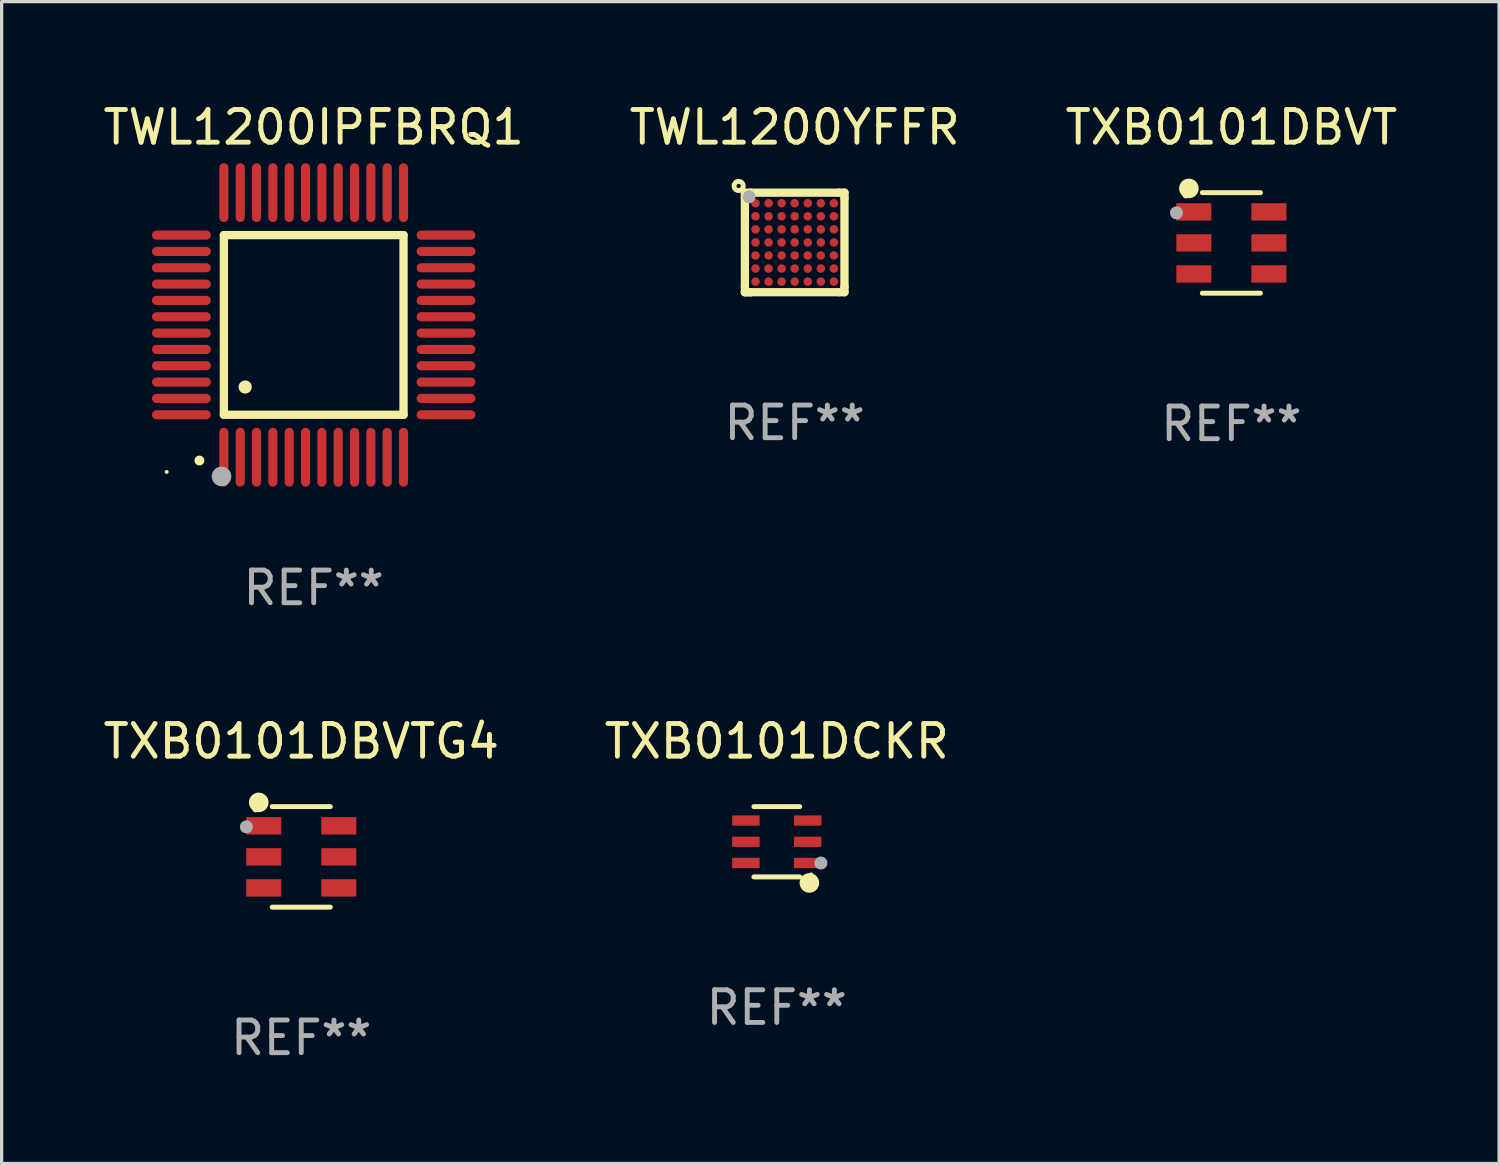
<source format=kicad_pcb>
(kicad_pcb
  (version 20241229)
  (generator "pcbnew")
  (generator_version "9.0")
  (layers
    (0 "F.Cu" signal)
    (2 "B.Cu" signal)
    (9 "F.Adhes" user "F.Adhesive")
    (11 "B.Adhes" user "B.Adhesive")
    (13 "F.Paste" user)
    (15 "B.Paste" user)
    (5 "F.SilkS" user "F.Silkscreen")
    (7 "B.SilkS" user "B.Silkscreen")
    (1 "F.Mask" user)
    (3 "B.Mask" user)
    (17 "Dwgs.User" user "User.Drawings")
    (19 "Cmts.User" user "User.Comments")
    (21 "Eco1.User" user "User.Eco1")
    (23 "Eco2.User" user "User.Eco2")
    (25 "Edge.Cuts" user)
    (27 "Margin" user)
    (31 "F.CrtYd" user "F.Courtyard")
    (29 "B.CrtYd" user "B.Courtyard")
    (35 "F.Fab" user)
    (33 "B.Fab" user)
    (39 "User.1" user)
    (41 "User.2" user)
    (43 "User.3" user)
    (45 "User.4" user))
  (footprint "TXB0101DCKR"
    (layer "F.Cu")
    (at 20.732 22.721)
    (property "Reference" "TXB0101DCKR" (at 0 -3.076 0) (layer "F.SilkS") (effects (font (size 1 1) (thickness 0.15))))
    (attr through_hole)
    (fp_line (start 0.701 -1.076) (end -0.701 -1.076) (stroke (width 0.152) (type solid)) (layer "F.SilkS"))
    (fp_line (start 0.701 1.076) (end -0.701 1.076) (stroke (width 0.152) (type solid)) (layer "F.SilkS"))
    (fp_circle (center 0.998 1.26) (end 1.148 1.26) (stroke (width 0.3) (type solid)) (fill no) (layer "F.SilkS"))
    (fp_circle (center 1.05 1) (end 1.08 1) (stroke (width 0.06) (type solid)) (fill no) (layer "F.SilkS"))
    (fp_circle (center 1.35 0.65) (end 1.45 0.65) (stroke (width 0.2) (type solid)) (fill no) (layer "F.Fab"))
    (fp_text user "REF**" (at 0 5.076 0) (layer "F.Fab") (effects (font (size 1 1) (thickness 0.15))))
    (pad "1" smd rect (at 0.946 0.65) (size 0.841 0.315) (layers "F.Cu" "F.Mask" "F.Paste"))
    (pad "2" smd rect (at 0.946 0) (size 0.841 0.315) (layers "F.Cu" "F.Mask" "F.Paste"))
    (pad "3" smd rect (at 0.946 -0.65) (size 0.841 0.315) (layers "F.Cu" "F.Mask" "F.Paste"))
    (pad "4" smd rect (at -0.946 -0.65) (size 0.841 0.315) (layers "F.Cu" "F.Mask" "F.Paste"))
    (pad "5" smd rect (at -0.946 0) (size 0.841 0.315) (layers "F.Cu" "F.Mask" "F.Paste"))
    (pad "6" smd rect (at -0.946 0.65) (size 0.841 0.315) (layers "F.Cu" "F.Mask" "F.Paste")))
  (footprint "TWL1200IPFBRQ1"
    (layer "F.Cu")
    (at 6.554 6.898)
    (property "Reference" "TWL1200IPFBRQ1" (at 0 -6.05 0) (layer "F.SilkS") (effects (font (size 1 1) (thickness 0.15))))
    (attr through_hole)
    (fp_line (start -2.75 -2.75) (end 2.75 -2.75) (stroke (width 0.254) (type solid)) (layer "F.SilkS"))
    (fp_line (start -2.75 2.75) (end -2.75 -2.75) (stroke (width 0.254) (type solid)) (layer "F.SilkS"))
    (fp_line (start 2.75 -2.75) (end 2.75 2.75) (stroke (width 0.254) (type solid)) (layer "F.SilkS"))
    (fp_line (start 2.75 2.75) (end -2.75 2.75) (stroke (width 0.254) (type solid)) (layer "F.SilkS"))
    (fp_arc (start -3.500127 4.150368) (mid -3.498857 4.150363) (end -3.497587 4.150368) (stroke (width 0.3) (type solid)) (layer "F.SilkS"))
    (fp_arc (start -2.100584 1.899924) (mid -2.098044 1.899908) (end -2.095504 1.899924) (stroke (width 0.4) (type solid)) (layer "F.SilkS"))
    (fp_circle (center -4.5 4.5) (end -4.47 4.5) (stroke (width 0.06) (type solid)) (fill no) (layer "F.SilkS"))
    (fp_circle (center -2.822 4.638) (end -2.672 4.638) (stroke (width 0.3) (type solid)) (fill no) (layer "F.Fab"))
    (fp_text user "REF**" (at 0 8.05 0) (layer "F.Fab") (effects (font (size 1 1) (thickness 0.15))))
    (pad "1" smd oval (at -2.75 4.05) (size 0.28 1.8) (layers "F.Cu" "F.Mask" "F.Paste"))
    (pad "2" smd oval (at -2.25 4.05) (size 0.28 1.8) (layers "F.Cu" "F.Mask" "F.Paste"))
    (pad "3" smd oval (at -1.75 4.05) (size 0.28 1.8) (layers "F.Cu" "F.Mask" "F.Paste"))
    (pad "4" smd oval (at -1.25 4.05) (size 0.28 1.8) (layers "F.Cu" "F.Mask" "F.Paste"))
    (pad "5" smd oval (at -0.75 4.05) (size 0.28 1.8) (layers "F.Cu" "F.Mask" "F.Paste"))
    (pad "6" smd oval (at -0.25 4.05) (size 0.28 1.8) (layers "F.Cu" "F.Mask" "F.Paste"))
    (pad "7" smd oval (at 0.25 4.05) (size 0.28 1.8) (layers "F.Cu" "F.Mask" "F.Paste"))
    (pad "8" smd oval (at 0.75 4.05) (size 0.28 1.8) (layers "F.Cu" "F.Mask" "F.Paste"))
    (pad "9" smd oval (at 1.25 4.05) (size 0.28 1.8) (layers "F.Cu" "F.Mask" "F.Paste"))
    (pad "10" smd oval (at 1.75 4.05) (size 0.28 1.8) (layers "F.Cu" "F.Mask" "F.Paste"))
    (pad "11" smd oval (at 2.25 4.05) (size 0.28 1.8) (layers "F.Cu" "F.Mask" "F.Paste"))
    (pad "12" smd oval (at 2.75 4.05) (size 0.28 1.8) (layers "F.Cu" "F.Mask" "F.Paste"))
    (pad "13" smd oval (at 4.05 2.75) (size 1.8 0.28) (layers "F.Cu" "F.Mask" "F.Paste"))
    (pad "14" smd oval (at 4.05 2.25) (size 1.8 0.28) (layers "F.Cu" "F.Mask" "F.Paste"))
    (pad "15" smd oval (at 4.05 1.75) (size 1.8 0.28) (layers "F.Cu" "F.Mask" "F.Paste"))
    (pad "16" smd oval (at 4.05 1.25) (size 1.8 0.28) (layers "F.Cu" "F.Mask" "F.Paste"))
    (pad "17" smd oval (at 4.05 0.75) (size 1.8 0.28) (layers "F.Cu" "F.Mask" "F.Paste"))
    (pad "18" smd oval (at 4.05 0.25) (size 1.8 0.28) (layers "F.Cu" "F.Mask" "F.Paste"))
    (pad "19" smd oval (at 4.05 -0.25) (size 1.8 0.28) (layers "F.Cu" "F.Mask" "F.Paste"))
    (pad "20" smd oval (at 4.05 -0.75) (size 1.8 0.28) (layers "F.Cu" "F.Mask" "F.Paste"))
    (pad "21" smd oval (at 4.05 -1.25) (size 1.8 0.28) (layers "F.Cu" "F.Mask" "F.Paste"))
    (pad "22" smd oval (at 4.05 -1.75) (size 1.8 0.28) (layers "F.Cu" "F.Mask" "F.Paste"))
    (pad "23" smd oval (at 4.05 -2.25) (size 1.8 0.28) (layers "F.Cu" "F.Mask" "F.Paste"))
    (pad "24" smd oval (at 4.05 -2.75) (size 1.8 0.28) (layers "F.Cu" "F.Mask" "F.Paste"))
    (pad "25" smd oval (at 2.75 -4.05) (size 0.28 1.8) (layers "F.Cu" "F.Mask" "F.Paste"))
    (pad "26" smd oval (at 2.25 -4.05) (size 0.28 1.8) (layers "F.Cu" "F.Mask" "F.Paste"))
    (pad "27" smd oval (at 1.75 -4.05) (size 0.28 1.8) (layers "F.Cu" "F.Mask" "F.Paste"))
    (pad "28" smd oval (at 1.25 -4.05) (size 0.28 1.8) (layers "F.Cu" "F.Mask" "F.Paste"))
    (pad "29" smd oval (at 0.75 -4.05) (size 0.28 1.8) (layers "F.Cu" "F.Mask" "F.Paste"))
    (pad "30" smd oval (at 0.25 -4.05) (size 0.28 1.8) (layers "F.Cu" "F.Mask" "F.Paste"))
    (pad "31" smd oval (at -0.25 -4.05) (size 0.28 1.8) (layers "F.Cu" "F.Mask" "F.Paste"))
    (pad "32" smd oval (at -0.75 -4.05) (size 0.28 1.8) (layers "F.Cu" "F.Mask" "F.Paste"))
    (pad "33" smd oval (at -1.25 -4.05) (size 0.28 1.8) (layers "F.Cu" "F.Mask" "F.Paste"))
    (pad "34" smd oval (at -1.75 -4.05) (size 0.28 1.8) (layers "F.Cu" "F.Mask" "F.Paste"))
    (pad "35" smd oval (at -2.25 -4.05) (size 0.28 1.8) (layers "F.Cu" "F.Mask" "F.Paste"))
    (pad "36" smd oval (at -2.75 -4.05) (size 0.28 1.8) (layers "F.Cu" "F.Mask" "F.Paste"))
    (pad "37" smd oval (at -4.05 -2.75) (size 1.8 0.28) (layers "F.Cu" "F.Mask" "F.Paste"))
    (pad "38" smd oval (at -4.05 -2.25) (size 1.8 0.28) (layers "F.Cu" "F.Mask" "F.Paste"))
    (pad "39" smd oval (at -4.05 -1.75) (size 1.8 0.28) (layers "F.Cu" "F.Mask" "F.Paste"))
    (pad "40" smd oval (at -4.05 -1.25) (size 1.8 0.28) (layers "F.Cu" "F.Mask" "F.Paste"))
    (pad "41" smd oval (at -4.05 -0.75) (size 1.8 0.28) (layers "F.Cu" "F.Mask" "F.Paste"))
    (pad "42" smd oval (at -4.05 -0.25) (size 1.8 0.28) (layers "F.Cu" "F.Mask" "F.Paste"))
    (pad "43" smd oval (at -4.05 0.25) (size 1.8 0.28) (layers "F.Cu" "F.Mask" "F.Paste"))
    (pad "44" smd oval (at -4.05 0.75) (size 1.8 0.28) (layers "F.Cu" "F.Mask" "F.Paste"))
    (pad "45" smd oval (at -4.05 1.25) (size 1.8 0.28) (layers "F.Cu" "F.Mask" "F.Paste"))
    (pad "46" smd oval (at -4.05 1.75) (size 1.8 0.28) (layers "F.Cu" "F.Mask" "F.Paste"))
    (pad "47" smd oval (at -4.05 2.25) (size 1.8 0.28) (layers "F.Cu" "F.Mask" "F.Paste"))
    (pad "48" smd oval (at -4.05 2.75) (size 1.8 0.28) (layers "F.Cu" "F.Mask" "F.Paste")))
  (footprint "TXB0101DBVT"
    (layer "F.Cu")
    (at 34.649 4.387)
    (property "Reference" "TXB0101DBVT" (at 0 -3.539 0) (layer "F.SilkS") (effects (font (size 1 1) (thickness 0.15))))
    (attr through_hole)
    (fp_line (start -0.889 -1.539) (end 0.889 -1.539) (stroke (width 0.152) (type solid)) (layer "F.SilkS"))
    (fp_line (start -0.889 1.539) (end 0.889 1.539) (stroke (width 0.152) (type solid)) (layer "F.SilkS"))
    (fp_circle (center -1.4 -1.463) (end -1.35 -1.463) (stroke (width 0.1) (type solid)) (fill no) (layer "F.SilkS"))
    (fp_circle (center -1.301 -1.668) (end -1.151 -1.668) (stroke (width 0.3) (type solid)) (fill no) (layer "F.SilkS"))
    (fp_circle (center -1.68 -0.92) (end -1.58 -0.92) (stroke (width 0.2) (type solid)) (fill no) (layer "F.Fab"))
    (fp_text user "REF**" (at 0 5.539 0) (layer "F.Fab") (effects (font (size 1 1) (thickness 0.15))))
    (pad "1" smd rect (at -1.149 -0.95 270) (size 0.532 1.072) (layers "F.Cu" "F.Mask" "F.Paste"))
    (pad "2" smd rect (at -1.149 0.000102 270) (size 0.532 1.072) (layers "F.Cu" "F.Mask" "F.Paste"))
    (pad "3" smd rect (at -1.149 0.95 270) (size 0.532 1.072) (layers "F.Cu" "F.Mask" "F.Paste"))
    (pad "4" smd rect (at 1.149 0.95 270) (size 0.532 1.072) (layers "F.Cu" "F.Mask" "F.Paste"))
    (pad "5" smd rect (at 1.149 0.000102 270) (size 0.532 1.072) (layers "F.Cu" "F.Mask" "F.Paste"))
    (pad "6" smd rect (at 1.149 -0.95 270) (size 0.532 1.072) (layers "F.Cu" "F.Mask" "F.Paste")))
  (footprint "TXB0101DBVTG4"
    (layer "F.Cu")
    (at 6.173 23.184)
    (property "Reference" "TXB0101DBVTG4" (at 0 -3.539 0) (layer "F.SilkS") (effects (font (size 1 1) (thickness 0.15))))
    (attr through_hole)
    (fp_line (start -0.889 -1.539) (end 0.889 -1.539) (stroke (width 0.152) (type solid)) (layer "F.SilkS"))
    (fp_line (start -0.889 1.539) (end 0.889 1.539) (stroke (width 0.152) (type solid)) (layer "F.SilkS"))
    (fp_circle (center -1.4 -1.463) (end -1.35 -1.463) (stroke (width 0.1) (type solid)) (fill no) (layer "F.SilkS"))
    (fp_circle (center -1.301 -1.668) (end -1.151 -1.668) (stroke (width 0.3) (type solid)) (fill no) (layer "F.SilkS"))
    (fp_circle (center -1.68 -0.92) (end -1.58 -0.92) (stroke (width 0.2) (type solid)) (fill no) (layer "F.Fab"))
    (fp_text user "REF**" (at 0 5.539 0) (layer "F.Fab") (effects (font (size 1 1) (thickness 0.15))))
    (pad "1" smd rect (at -1.149 -0.95 270) (size 0.532 1.072) (layers "F.Cu" "F.Mask" "F.Paste"))
    (pad "2" smd rect (at -1.149 0.000102 270) (size 0.532 1.072) (layers "F.Cu" "F.Mask" "F.Paste"))
    (pad "3" smd rect (at -1.149 0.95 270) (size 0.532 1.072) (layers "F.Cu" "F.Mask" "F.Paste"))
    (pad "4" smd rect (at 1.149 0.95 270) (size 0.532 1.072) (layers "F.Cu" "F.Mask" "F.Paste"))
    (pad "5" smd rect (at 1.149 0.000102 270) (size 0.532 1.072) (layers "F.Cu" "F.Mask" "F.Paste"))
    (pad "6" smd rect (at 1.149 -0.95 270) (size 0.532 1.072) (layers "F.Cu" "F.Mask" "F.Paste")))
  (footprint "TWL1200YFFR"
    (layer "F.Cu")
    (at 21.28 4.372)
    (property "Reference" "TWL1200YFFR" (at 0 -3.524 0) (layer "F.SilkS") (effects (font (size 1 1) (thickness 0.15))))
    (attr through_hole)
    (fp_line (start -1.524 -1.524) (end -1.356 -1.524) (stroke (width 0.254) (type solid)) (layer "F.SilkS"))
    (fp_line (start -1.524 -1.356) (end -1.524 -1.524) (stroke (width 0.254) (type solid)) (layer "F.SilkS"))
    (fp_line (start -1.524 -1.356) (end -1.524 1.356) (stroke (width 0.254) (type solid)) (layer "F.SilkS"))
    (fp_line (start -1.524 1.524) (end -1.524 1.356) (stroke (width 0.254) (type solid)) (layer "F.SilkS"))
    (fp_line (start -1.356 -1.524) (end 1.356 -1.524) (stroke (width 0.254) (type solid)) (layer "F.SilkS"))
    (fp_line (start -1.356 1.524) (end -1.524 1.524) (stroke (width 0.254) (type solid)) (layer "F.SilkS"))
    (fp_line (start -1.356 1.524) (end -1.524 1.524) (stroke (width 0.254) (type solid)) (layer "F.SilkS"))
    (fp_line (start 1.356 -1.524) (end 1.524 -1.524) (stroke (width 0.254) (type solid)) (layer "F.SilkS"))
    (fp_line (start 1.356 1.524) (end -1.356 1.524) (stroke (width 0.254) (type solid)) (layer "F.SilkS"))
    (fp_line (start 1.524 -1.524) (end 1.524 -1.356) (stroke (width 0.254) (type solid)) (layer "F.SilkS"))
    (fp_line (start 1.524 -1.356) (end 1.524 1.356) (stroke (width 0.254) (type solid)) (layer "F.SilkS"))
    (fp_line (start 1.524 1.356) (end 1.524 1.524) (stroke (width 0.254) (type solid)) (layer "F.SilkS"))
    (fp_line (start 1.524 1.524) (end 1.356 1.524) (stroke (width 0.254) (type solid)) (layer "F.SilkS"))
    (fp_circle (center -1.716 -1.729) (end -1.651 -1.729) (stroke (width 0.15) (type solid)) (fill no) (layer "F.SilkS"))
    (fp_circle (center -1.4 -1.4) (end -1.37 -1.4) (stroke (width 0.06) (type solid)) (fill no) (layer "F.SilkS"))
    (fp_circle (center -1.397 -1.397) (end -1.297 -1.397) (stroke (width 0.2) (type solid)) (fill no) (layer "F.Fab"))
    (fp_text user "REF**" (at 0 5.524 0) (layer "F.Fab") (effects (font (size 1 1) (thickness 0.15))))
    (pad "A1" smd circle (at -1.2 -1.2) (size 0.26 0.26) (layers "F.Cu" "F.Mask" "F.Paste"))
    (pad "A2" smd circle (at -0.8 -1.2) (size 0.26 0.26) (layers "F.Cu" "F.Mask" "F.Paste"))
    (pad "A3" smd circle (at -0.4 -1.2) (size 0.26 0.26) (layers "F.Cu" "F.Mask" "F.Paste"))
    (pad "A4" smd circle (at 0.000025 -1.2) (size 0.26 0.26) (layers "F.Cu" "F.Mask" "F.Paste"))
    (pad "A5" smd circle (at 0.4 -1.2) (size 0.26 0.26) (layers "F.Cu" "F.Mask" "F.Paste"))
    (pad "A6" smd circle (at 0.8 -1.2) (size 0.26 0.26) (layers "F.Cu" "F.Mask" "F.Paste"))
    (pad "A7" smd circle (at 1.2 -1.2) (size 0.26 0.26) (layers "F.Cu" "F.Mask" "F.Paste"))
    (pad "B1" smd circle (at -1.2 -0.8) (size 0.26 0.26) (layers "F.Cu" "F.Mask" "F.Paste"))
    (pad "B2" smd circle (at -0.8 -0.8) (size 0.26 0.26) (layers "F.Cu" "F.Mask" "F.Paste"))
    (pad "B3" smd circle (at -0.4 -0.8) (size 0.26 0.26) (layers "F.Cu" "F.Mask" "F.Paste"))
    (pad "B4" smd circle (at 0.000025 -0.8) (size 0.26 0.26) (layers "F.Cu" "F.Mask" "F.Paste"))
    (pad "B5" smd circle (at 0.4 -0.8) (size 0.26 0.26) (layers "F.Cu" "F.Mask" "F.Paste"))
    (pad "B6" smd circle (at 0.8 -0.8) (size 0.26 0.26) (layers "F.Cu" "F.Mask" "F.Paste"))
    (pad "B7" smd circle (at 1.2 -0.8) (size 0.26 0.26) (layers "F.Cu" "F.Mask" "F.Paste"))
    (pad "C1" smd circle (at -1.2 -0.4) (size 0.26 0.26) (layers "F.Cu" "F.Mask" "F.Paste"))
    (pad "C2" smd circle (at -0.8 -0.4) (size 0.26 0.26) (layers "F.Cu" "F.Mask" "F.Paste"))
    (pad "C3" smd circle (at -0.4 -0.4) (size 0.26 0.26) (layers "F.Cu" "F.Mask" "F.Paste"))
    (pad "C4" smd circle (at 0.000025 -0.4) (size 0.26 0.26) (layers "F.Cu" "F.Mask" "F.Paste"))
    (pad "C5" smd circle (at 0.4 -0.4) (size 0.26 0.26) (layers "F.Cu" "F.Mask" "F.Paste"))
    (pad "C6" smd circle (at 0.8 -0.4) (size 0.26 0.26) (layers "F.Cu" "F.Mask" "F.Paste"))
    (pad "C7" smd circle (at 1.2 -0.4) (size 0.26 0.26) (layers "F.Cu" "F.Mask" "F.Paste"))
    (pad "D1" smd circle (at -1.2 -0.000127) (size 0.26 0.26) (layers "F.Cu" "F.Mask" "F.Paste"))
    (pad "D2" smd circle (at -0.8 -0.000127) (size 0.26 0.26) (layers "F.Cu" "F.Mask" "F.Paste"))
    (pad "D3" smd circle (at -0.4 -0.000127) (size 0.26 0.26) (layers "F.Cu" "F.Mask" "F.Paste"))
    (pad "D4" smd circle (at 0.000025 -0.000127) (size 0.26 0.26) (layers "F.Cu" "F.Mask" "F.Paste"))
    (pad "D5" smd circle (at 0.4 -0.000127) (size 0.26 0.26) (layers "F.Cu" "F.Mask" "F.Paste"))
    (pad "D6" smd circle (at 0.8 -0.000127) (size 0.26 0.26) (layers "F.Cu" "F.Mask" "F.Paste"))
    (pad "D7" smd circle (at 1.2 -0.000127) (size 0.26 0.26) (layers "F.Cu" "F.Mask" "F.Paste"))
    (pad "E1" smd circle (at -1.2 0.4) (size 0.26 0.26) (layers "F.Cu" "F.Mask" "F.Paste"))
    (pad "E2" smd circle (at -0.8 0.4) (size 0.26 0.26) (layers "F.Cu" "F.Mask" "F.Paste"))
    (pad "E3" smd circle (at -0.4 0.4) (size 0.26 0.26) (layers "F.Cu" "F.Mask" "F.Paste"))
    (pad "E4" smd circle (at 0.000025 0.4) (size 0.26 0.26) (layers "F.Cu" "F.Mask" "F.Paste"))
    (pad "E5" smd circle (at 0.4 0.4) (size 0.26 0.26) (layers "F.Cu" "F.Mask" "F.Paste"))
    (pad "E6" smd circle (at 0.8 0.4) (size 0.26 0.26) (layers "F.Cu" "F.Mask" "F.Paste"))
    (pad "E7" smd circle (at 1.2 0.4) (size 0.26 0.26) (layers "F.Cu" "F.Mask" "F.Paste"))
    (pad "F1" smd circle (at -1.2 0.8) (size 0.26 0.26) (layers "F.Cu" "F.Mask" "F.Paste"))
    (pad "F2" smd circle (at -0.8 0.8) (size 0.26 0.26) (layers "F.Cu" "F.Mask" "F.Paste"))
    (pad "F3" smd circle (at -0.4 0.8) (size 0.26 0.26) (layers "F.Cu" "F.Mask" "F.Paste"))
    (pad "F4" smd circle (at 0.000025 0.8) (size 0.26 0.26) (layers "F.Cu" "F.Mask" "F.Paste"))
    (pad "F5" smd circle (at 0.4 0.8) (size 0.26 0.26) (layers "F.Cu" "F.Mask" "F.Paste"))
    (pad "F6" smd circle (at 0.8 0.8) (size 0.26 0.26) (layers "F.Cu" "F.Mask" "F.Paste"))
    (pad "F7" smd circle (at 1.2 0.8) (size 0.26 0.26) (layers "F.Cu" "F.Mask" "F.Paste"))
    (pad "G1" smd circle (at -1.2 1.2) (size 0.26 0.26) (layers "F.Cu" "F.Mask" "F.Paste"))
    (pad "G2" smd circle (at -0.8 1.2) (size 0.26 0.26) (layers "F.Cu" "F.Mask" "F.Paste"))
    (pad "G3" smd circle (at -0.4 1.2) (size 0.26 0.26) (layers "F.Cu" "F.Mask" "F.Paste"))
    (pad "G4" smd circle (at 0.000025 1.2) (size 0.26 0.26) (layers "F.Cu" "F.Mask" "F.Paste"))
    (pad "G5" smd circle (at 0.4 1.2) (size 0.26 0.26) (layers "F.Cu" "F.Mask" "F.Paste"))
    (pad "G6" smd circle (at 0.8 1.2) (size 0.26 0.26) (layers "F.Cu" "F.Mask" "F.Paste"))
    (pad "G7" smd circle (at 1.2 1.2) (size 0.26 0.26) (layers "F.Cu" "F.Mask" "F.Paste")))
  (gr_rect
    (start -3 -3)
    (end 42.845 32.571)
    (stroke (width 0.1) (type default))
    (fill no)
    (layer "Edge.Cuts")))
</source>
